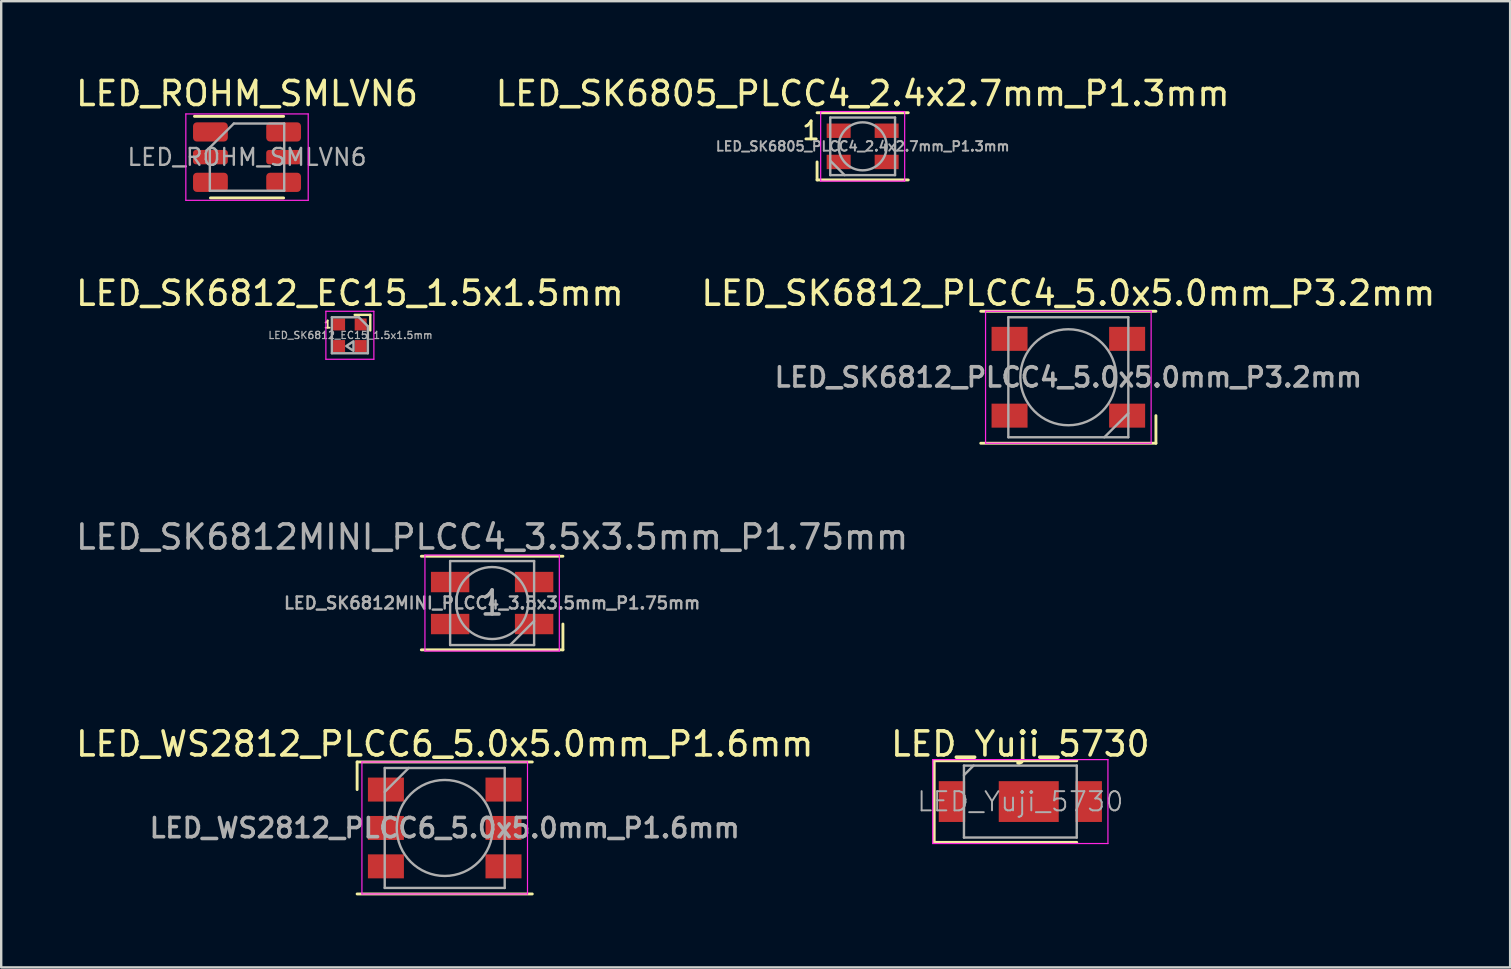
<source format=kicad_pcb>
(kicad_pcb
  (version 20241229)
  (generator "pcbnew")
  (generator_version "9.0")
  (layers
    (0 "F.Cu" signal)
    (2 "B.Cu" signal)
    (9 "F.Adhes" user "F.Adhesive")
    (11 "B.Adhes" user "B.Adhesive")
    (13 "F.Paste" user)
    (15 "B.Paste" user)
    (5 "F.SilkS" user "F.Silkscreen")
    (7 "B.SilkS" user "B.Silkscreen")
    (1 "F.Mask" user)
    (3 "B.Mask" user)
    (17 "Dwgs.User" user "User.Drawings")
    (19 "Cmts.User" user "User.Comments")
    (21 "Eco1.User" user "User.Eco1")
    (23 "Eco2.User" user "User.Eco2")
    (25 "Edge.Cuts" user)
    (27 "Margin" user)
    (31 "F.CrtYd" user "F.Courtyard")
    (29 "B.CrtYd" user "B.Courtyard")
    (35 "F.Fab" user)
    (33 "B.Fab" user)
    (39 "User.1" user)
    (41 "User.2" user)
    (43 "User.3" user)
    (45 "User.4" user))
  (footprint "LED_Yuji_5730"
    (layer "F.Cu")
    (at 39.47 30.353)
    (property "Reference" "LED_Yuji_5730" (at 0 -2.4 0) (layer "F.SilkS") (effects (font (size 1 1) (thickness 0.15))))
    (attr smd)
    (fp_line (start -3.59 -1.7) (end 2.35 -1.7) (stroke (width 0.12) (type solid)) (layer "F.SilkS"))
    (fp_line (start -3.59 1.7) (end -3.59 -1.7) (stroke (width 0.12) (type solid)) (layer "F.SilkS"))
    (fp_line (start 2.35 1.7) (end -3.59 1.7) (stroke (width 0.12) (type solid)) (layer "F.SilkS"))
    (fp_line (start -3.65 -1.75) (end 3.65 -1.75) (stroke (width 0.05) (type solid)) (layer "F.CrtYd"))
    (fp_line (start -3.65 1.75) (end -3.65 -1.75) (stroke (width 0.05) (type solid)) (layer "F.CrtYd"))
    (fp_line (start 3.65 -1.75) (end 3.65 1.75) (stroke (width 0.05) (type solid)) (layer "F.CrtYd"))
    (fp_line (start 3.65 1.75) (end -3.65 1.75) (stroke (width 0.05) (type solid)) (layer "F.CrtYd"))
    (fp_line (start -2.35 -1.5) (end 2.35 -1.5) (stroke (width 0.1) (type solid)) (layer "F.Fab"))
    (fp_line (start -2.35 -1.1) (end -1.95 -1.5) (stroke (width 0.1) (type solid)) (layer "F.Fab"))
    (fp_line (start -2.35 1.5) (end -2.35 -1.5) (stroke (width 0.1) (type solid)) (layer "F.Fab"))
    (fp_line (start 2.35 -1.5) (end 2.35 1.5) (stroke (width 0.1) (type solid)) (layer "F.Fab"))
    (fp_line (start 2.35 1.5) (end -2.35 1.5) (stroke (width 0.1) (type solid)) (layer "F.Fab"))
    (fp_text user "${REFERENCE}" (at 0 0 0) (layer "F.Fab") (effects (font (size 0.8 0.8) (thickness 0.08))))
    (pad "1" smd rect (at -2.85 0) (size 1.1 1.7) (layers "F.Cu" "F.Mask" "F.Paste"))
    (pad "2" smd rect (at 0.35 0) (size 2.5 1.7) (layers "F.Cu" "F.Mask" "F.Paste"))
    (pad "2" smd rect (at 2.85 0) (size 1.1 1.7) (layers "F.Cu" "F.Mask" "F.Paste")))
  (footprint "LED_WS2812_PLCC6_5.0x5.0mm_P1.6mm"
    (layer "F.Cu")
    (at 15.482 31.453)
    (property "Reference" "LED_WS2812_PLCC6_5.0x5.0mm_P1.6mm" (at 0 -3.5 0) (layer "F.SilkS") (effects (font (size 1 1) (thickness 0.15))))
    (attr smd)
    (fp_line (start -3.65 -2.75) (end 3.65 -2.75) (stroke (width 0.12) (type solid)) (layer "F.SilkS"))
    (fp_line (start -3.65 -1.6) (end -3.65 -2.75) (stroke (width 0.12) (type solid)) (layer "F.SilkS"))
    (fp_line (start -3.65 2.75) (end 3.65 2.75) (stroke (width 0.12) (type solid)) (layer "F.SilkS"))
    (fp_line (start -3.45 -2.75) (end -3.45 2.75) (stroke (width 0.05) (type solid)) (layer "F.CrtYd"))
    (fp_line (start -3.45 2.75) (end 3.45 2.75) (stroke (width 0.05) (type solid)) (layer "F.CrtYd"))
    (fp_line (start 3.45 -2.75) (end -3.45 -2.75) (stroke (width 0.05) (type solid)) (layer "F.CrtYd"))
    (fp_line (start 3.45 2.75) (end 3.45 -2.75) (stroke (width 0.05) (type solid)) (layer "F.CrtYd"))
    (fp_line (start -2.5 -2.5) (end 2.5 -2.5) (stroke (width 0.1) (type solid)) (layer "F.Fab"))
    (fp_line (start -2.5 -1.5) (end -1.5 -2.5) (stroke (width 0.1) (type solid)) (layer "F.Fab"))
    (fp_line (start -2.5 2.5) (end -2.5 -2.5) (stroke (width 0.1) (type solid)) (layer "F.Fab"))
    (fp_line (start 2.5 -2.5) (end 2.5 2.5) (stroke (width 0.1) (type solid)) (layer "F.Fab"))
    (fp_line (start 2.5 2.5) (end -2.5 2.5) (stroke (width 0.1) (type solid)) (layer "F.Fab"))
    (fp_circle (center 0 0) (end 0 -2) (stroke (width 0.1) (type solid)) (fill no) (layer "F.Fab"))
    (fp_text user "${REFERENCE}" (at 0 0 0) (layer "F.Fab") (effects (font (size 0.8 0.8) (thickness 0.15))))
    (pad "1" smd rect (at -2.45 -1.6) (size 1.5 1) (layers "F.Cu" "F.Mask" "F.Paste"))
    (pad "2" smd rect (at -2.45 0) (size 1.5 1) (layers "F.Cu" "F.Mask" "F.Paste"))
    (pad "3" smd rect (at -2.45 1.6) (size 1.5 1) (layers "F.Cu" "F.Mask" "F.Paste"))
    (pad "4" smd rect (at 2.45 1.6) (size 1.5 1) (layers "F.Cu" "F.Mask" "F.Paste"))
    (pad "5" smd rect (at 2.45 0) (size 1.5 1) (layers "F.Cu" "F.Mask" "F.Paste"))
    (pad "6" smd rect (at 2.45 -1.6) (size 1.5 1) (layers "F.Cu" "F.Mask" "F.Paste")))
  (footprint "LED_SK6812_EC15_1.5x1.5mm"
    (layer "F.Cu")
    (at 11.53 10.921)
    (property "Reference" "LED_SK6812_EC15_1.5x1.5mm" (at 0 -1.75 0) (layer "F.SilkS") (effects (font (size 1 1) (thickness 0.15))))
    (attr smd)
    (fp_line (start 0.85 -0.85) (end 0.2 -0.85) (stroke (width 0.1) (type solid)) (layer "F.SilkS"))
    (fp_line (start 0.85 -0.2) (end 0.85 -0.85) (stroke (width 0.1) (type solid)) (layer "F.SilkS"))
    (fp_line (start -1 -1) (end 1 -1) (stroke (width 0.05) (type solid)) (layer "F.CrtYd"))
    (fp_line (start -1 1) (end -1 -1) (stroke (width 0.05) (type solid)) (layer "F.CrtYd"))
    (fp_line (start 1 -1) (end 1 1) (stroke (width 0.05) (type solid)) (layer "F.CrtYd"))
    (fp_line (start 1 1) (end -1 1) (stroke (width 0.05) (type solid)) (layer "F.CrtYd"))
    (fp_line (start -0.75 -0.75) (end 0.375 -0.75) (stroke (width 0.1) (type solid)) (layer "F.Fab"))
    (fp_line (start -0.75 0.75) (end -0.75 -0.75) (stroke (width 0.1) (type solid)) (layer "F.Fab"))
    (fp_line (start 0.375 -0.75) (end 0.75 -0.375) (stroke (width 0.1) (type solid)) (layer "F.Fab"))
    (fp_line (start 0.75 -0.375) (end 0.75 0.75) (stroke (width 0.1) (type solid)) (layer "F.Fab"))
    (fp_line (start 0.75 0.75) (end -0.75 0.75) (stroke (width 0.1) (type solid)) (layer "F.Fab"))
    (fp_poly (pts (xy 0.15 0.25) (xy -0.15 0.45) (xy 0.15 0.65)) (stroke (width 0.1) (type solid)) (fill no) (layer "F.Fab"))
    (fp_text user "1" (at -0.925 -0.45 0) (layer "F.SilkS") (effects (font (size 0.3 0.3) (thickness 0.075))))
    (fp_text user "${REFERENCE}" (at 0.025 0 0) (layer "F.Fab") (effects (font (size 0.3 0.3) (thickness 0.05))))
    (pad "1" smd rect (at -0.45 -0.45) (size 0.5 0.5) (layers "F.Cu" "F.Mask" "F.Paste"))
    (pad "2" smd rect (at -0.45 0.45) (size 0.5 0.5) (layers "F.Cu" "F.Mask" "F.Paste"))
    (pad "3" smd rect (at 0.45 0.45) (size 0.5 0.5) (layers "F.Cu" "F.Mask" "F.Paste"))
    (pad "4" smd rect (at 0.45 -0.45) (size 0.5 0.5) (layers "F.Cu" "F.Mask" "F.Paste")))
  (footprint "LED_ROHM_SMLVN6"
    (layer "F.Cu")
    (at 7.244 3.498)
    (property "Reference" "LED_ROHM_SMLVN6" (at 0 -2.65 0) (layer "F.SilkS") (effects (font (size 1 1) (thickness 0.15))))
    (attr smd)
    (fp_line (start -2.19 -1.7) (end 1.525 -1.7) (stroke (width 0.12) (type solid)) (layer "F.SilkS"))
    (fp_line (start -1.525 1.7) (end 1.525 1.7) (stroke (width 0.12) (type solid)) (layer "F.SilkS"))
    (fp_line (start -2.55 -1.8) (end -2.55 1.8) (stroke (width 0.05) (type solid)) (layer "F.CrtYd"))
    (fp_line (start -2.55 1.8) (end 2.55 1.8) (stroke (width 0.05) (type solid)) (layer "F.CrtYd"))
    (fp_line (start 2.55 -1.8) (end -2.55 -1.8) (stroke (width 0.05) (type solid)) (layer "F.CrtYd"))
    (fp_line (start 2.55 1.8) (end 2.55 -1.8) (stroke (width 0.05) (type solid)) (layer "F.CrtYd"))
    (fp_line (start -1.55 -0.4) (end -0.55 -1.4) (stroke (width 0.1) (type solid)) (layer "F.Fab"))
    (fp_line (start -1.55 1.4) (end -1.55 -0.4) (stroke (width 0.1) (type solid)) (layer "F.Fab"))
    (fp_line (start -0.55 -1.4) (end 1.55 -1.4) (stroke (width 0.1) (type solid)) (layer "F.Fab"))
    (fp_line (start 1.55 -1.4) (end 1.55 1.4) (stroke (width 0.1) (type solid)) (layer "F.Fab"))
    (fp_line (start 1.55 1.4) (end -1.55 1.4) (stroke (width 0.1) (type solid)) (layer "F.Fab"))
    (fp_text user "${REFERENCE}" (at 0 0 0) (layer "F.Fab") (effects (font (size 0.7 0.7) (thickness 0.1))))
    (pad "1" smd roundrect (at -1.525 -1.05) (size 1.45 0.8) (layers "F.Cu" "F.Mask" "F.Paste") (roundrect_rratio 0.2))
    (pad "2" smd roundrect (at -1.525 0) (size 1.45 0.6) (layers "F.Cu" "F.Mask" "F.Paste") (roundrect_rratio 0.2))
    (pad "3" smd roundrect (at -1.525 1.05) (size 1.45 0.8) (layers "F.Cu" "F.Mask" "F.Paste") (roundrect_rratio 0.2))
    (pad "4" smd roundrect (at 1.525 1.05) (size 1.45 0.8) (layers "F.Cu" "F.Mask" "F.Paste") (roundrect_rratio 0.2))
    (pad "5" smd roundrect (at 1.525 0) (size 1.45 0.6) (layers "F.Cu" "F.Mask" "F.Paste") (roundrect_rratio 0.2))
    (pad "6" smd roundrect (at 1.525 -1.05) (size 1.45 0.8) (layers "F.Cu" "F.Mask" "F.Paste") (roundrect_rratio 0.2)))
  (footprint "LED_SK6805_PLCC4_2.4x2.7mm_P1.3mm"
    (layer "F.Cu")
    (at 32.899 3.048)
    (property "Reference" "LED_SK6805_PLCC4_2.4x2.7mm_P1.3mm" (at 0 -2.2 0) (layer "F.SilkS") (effects (font (size 1 1) (thickness 0.15))))
    (attr smd)
    (fp_line (start -1.9 -1.4) (end 1.9 -1.4) (stroke (width 0.12) (type solid)) (layer "F.SilkS"))
    (fp_line (start -1.9 1.4) (end -1.9 0.65) (stroke (width 0.12) (type solid)) (layer "F.SilkS"))
    (fp_line (start -1.9 1.4) (end 1.9 1.4) (stroke (width 0.12) (type solid)) (layer "F.SilkS"))
    (fp_line (start -1.75 -1.45) (end -1.75 1.45) (stroke (width 0.05) (type solid)) (layer "F.CrtYd"))
    (fp_line (start -1.75 1.45) (end 1.75 1.45) (stroke (width 0.05) (type solid)) (layer "F.CrtYd"))
    (fp_line (start 1.75 -1.45) (end -1.75 -1.45) (stroke (width 0.05) (type solid)) (layer "F.CrtYd"))
    (fp_line (start 1.75 1.45) (end 1.75 -1.45) (stroke (width 0.05) (type solid)) (layer "F.CrtYd"))
    (fp_line (start -1.35 -1.2) (end -1.35 1.2) (stroke (width 0.1) (type solid)) (layer "F.Fab"))
    (fp_line (start -1.35 0.6) (end -0.75 1.2) (stroke (width 0.1) (type solid)) (layer "F.Fab"))
    (fp_line (start -1.35 1.2) (end 1.35 1.2) (stroke (width 0.1) (type solid)) (layer "F.Fab"))
    (fp_line (start 1.35 -1.2) (end -1.35 -1.2) (stroke (width 0.1) (type solid)) (layer "F.Fab"))
    (fp_line (start 1.35 1.2) (end 1.35 -1.2) (stroke (width 0.1) (type solid)) (layer "F.Fab"))
    (fp_circle (center 0 0) (end 0 -1) (stroke (width 0.1) (type solid)) (fill no) (layer "F.Fab"))
    (fp_text user "1" (at -2.15 -0.65 0) (layer "F.SilkS") (effects (font (size 0.75 0.75) (thickness 0.12))))
    (fp_text user "${REFERENCE}" (at 0 0 0) (layer "F.Fab") (effects (font (size 0.4 0.4) (thickness 0.08))))
    (pad "1" smd rect (at -1 -0.65) (size 1 0.6) (layers "F.Cu" "F.Mask" "F.Paste"))
    (pad "2" smd rect (at -1 0.65) (size 1 0.6) (layers "F.Cu" "F.Mask" "F.Paste"))
    (pad "3" smd rect (at 1 0.65) (size 1 0.6) (layers "F.Cu" "F.Mask" "F.Paste"))
    (pad "4" smd rect (at 1 -0.65) (size 1 0.6) (layers "F.Cu" "F.Mask" "F.Paste")))
  (footprint "LED_SK6812MINI_PLCC4_3.5x3.5mm_P1.75mm"
    (layer "F.Cu")
    (at 17.458 22.08)
    (property "Reference" "LED_SK6812MINI_PLCC4_3.5x3.5mm_P1.75mm" (at 0 -2.75 0) (layer "F.Fab") (effects (font (size 1 1) (thickness 0.15))))
    (attr smd)
    (fp_line (start -2.95 -1.95) (end 2.95 -1.95) (stroke (width 0.12) (type solid)) (layer "F.SilkS"))
    (fp_line (start -2.95 1.95) (end 2.95 1.95) (stroke (width 0.12) (type solid)) (layer "F.SilkS"))
    (fp_line (start 2.95 1.95) (end 2.95 0.875) (stroke (width 0.12) (type solid)) (layer "F.SilkS"))
    (fp_line (start -2.8 -2) (end -2.8 2) (stroke (width 0.05) (type solid)) (layer "F.CrtYd"))
    (fp_line (start -2.8 2) (end 2.8 2) (stroke (width 0.05) (type solid)) (layer "F.CrtYd"))
    (fp_line (start 2.8 -2) (end -2.8 -2) (stroke (width 0.05) (type solid)) (layer "F.CrtYd"))
    (fp_line (start 2.8 2) (end 2.8 -2) (stroke (width 0.05) (type solid)) (layer "F.CrtYd"))
    (fp_line (start -1.75 -1.75) (end -1.75 1.75) (stroke (width 0.1) (type solid)) (layer "F.Fab"))
    (fp_line (start -1.75 1.75) (end 1.75 1.75) (stroke (width 0.1) (type solid)) (layer "F.Fab"))
    (fp_line (start 1.75 -1.75) (end -1.75 -1.75) (stroke (width 0.1) (type solid)) (layer "F.Fab"))
    (fp_line (start 1.75 0.75) (end 0.75 1.75) (stroke (width 0.1) (type solid)) (layer "F.Fab"))
    (fp_line (start 1.75 1.75) (end 1.75 -1.75) (stroke (width 0.1) (type solid)) (layer "F.Fab"))
    (fp_circle (center 0 0) (end 0 -1.5) (stroke (width 0.1) (type solid)) (fill no) (layer "F.Fab"))
    (fp_text user "1" (at 0 0 0) (layer "F.Fab") (effects (font (size 1 1) (thickness 0.15))))
    (fp_text user "${REFERENCE}" (at 0 0 0) (layer "F.Fab") (effects (font (size 0.5 0.5) (thickness 0.1))))
    (pad "1" smd rect (at -1.75 -0.875) (size 1.6 0.85) (layers "F.Cu" "F.Mask" "F.Paste"))
    (pad "2" smd rect (at -1.75 0.875) (size 1.6 0.85) (layers "F.Cu" "F.Mask" "F.Paste"))
    (pad "3" smd rect (at 1.75 0.875) (size 1.6 0.85) (layers "F.Cu" "F.Mask" "F.Paste"))
    (pad "4" smd rect (at 1.75 -0.875) (size 1.6 0.85) (layers "F.Cu" "F.Mask" "F.Paste")))
  (footprint "LED_SK6812_PLCC4_5.0x5.0mm_P3.2mm"
    (layer "F.Cu")
    (at 41.47 12.671)
    (property "Reference" "LED_SK6812_PLCC4_5.0x5.0mm_P3.2mm" (at 0 -3.5 0) (layer "F.SilkS") (effects (font (size 1 1) (thickness 0.15))))
    (attr smd)
    (fp_line (start -3.65 -2.75) (end 3.65 -2.75) (stroke (width 0.12) (type solid)) (layer "F.SilkS"))
    (fp_line (start -3.65 2.75) (end 3.65 2.75) (stroke (width 0.12) (type solid)) (layer "F.SilkS"))
    (fp_line (start 3.65 2.75) (end 3.65 1.6) (stroke (width 0.12) (type solid)) (layer "F.SilkS"))
    (fp_line (start -3.45 -2.75) (end -3.45 2.75) (stroke (width 0.05) (type solid)) (layer "F.CrtYd"))
    (fp_line (start -3.45 2.75) (end 3.45 2.75) (stroke (width 0.05) (type solid)) (layer "F.CrtYd"))
    (fp_line (start 3.45 -2.75) (end -3.45 -2.75) (stroke (width 0.05) (type solid)) (layer "F.CrtYd"))
    (fp_line (start 3.45 2.75) (end 3.45 -2.75) (stroke (width 0.05) (type solid)) (layer "F.CrtYd"))
    (fp_line (start -2.5 -2.5) (end -2.5 2.5) (stroke (width 0.1) (type solid)) (layer "F.Fab"))
    (fp_line (start -2.5 2.5) (end 2.5 2.5) (stroke (width 0.1) (type solid)) (layer "F.Fab"))
    (fp_line (start 2.5 -2.5) (end -2.5 -2.5) (stroke (width 0.1) (type solid)) (layer "F.Fab"))
    (fp_line (start 2.5 1.5) (end 1.5 2.5) (stroke (width 0.1) (type solid)) (layer "F.Fab"))
    (fp_line (start 2.5 2.5) (end 2.5 -2.5) (stroke (width 0.1) (type solid)) (layer "F.Fab"))
    (fp_circle (center 0 0) (end 0 -2) (stroke (width 0.1) (type solid)) (fill no) (layer "F.Fab"))
    (fp_text user "${REFERENCE}" (at 0 0 0) (layer "F.Fab") (effects (font (size 0.8 0.8) (thickness 0.15))))
    (pad "1" smd rect (at 2.45 1.6) (size 1.5 1) (layers "F.Cu" "F.Mask" "F.Paste"))
    (pad "2" smd rect (at 2.45 -1.6) (size 1.5 1) (layers "F.Cu" "F.Mask" "F.Paste"))
    (pad "3" smd rect (at -2.45 -1.6) (size 1.5 1) (layers "F.Cu" "F.Mask" "F.Paste"))
    (pad "4" smd rect (at -2.45 1.6) (size 1.5 1) (layers "F.Cu" "F.Mask" "F.Paste")))
  (gr_rect
    (start -3 -3)
    (end 59.881 37.263)
    (stroke (width 0.1) (type default))
    (fill no)
    (layer "Edge.Cuts")))
</source>
